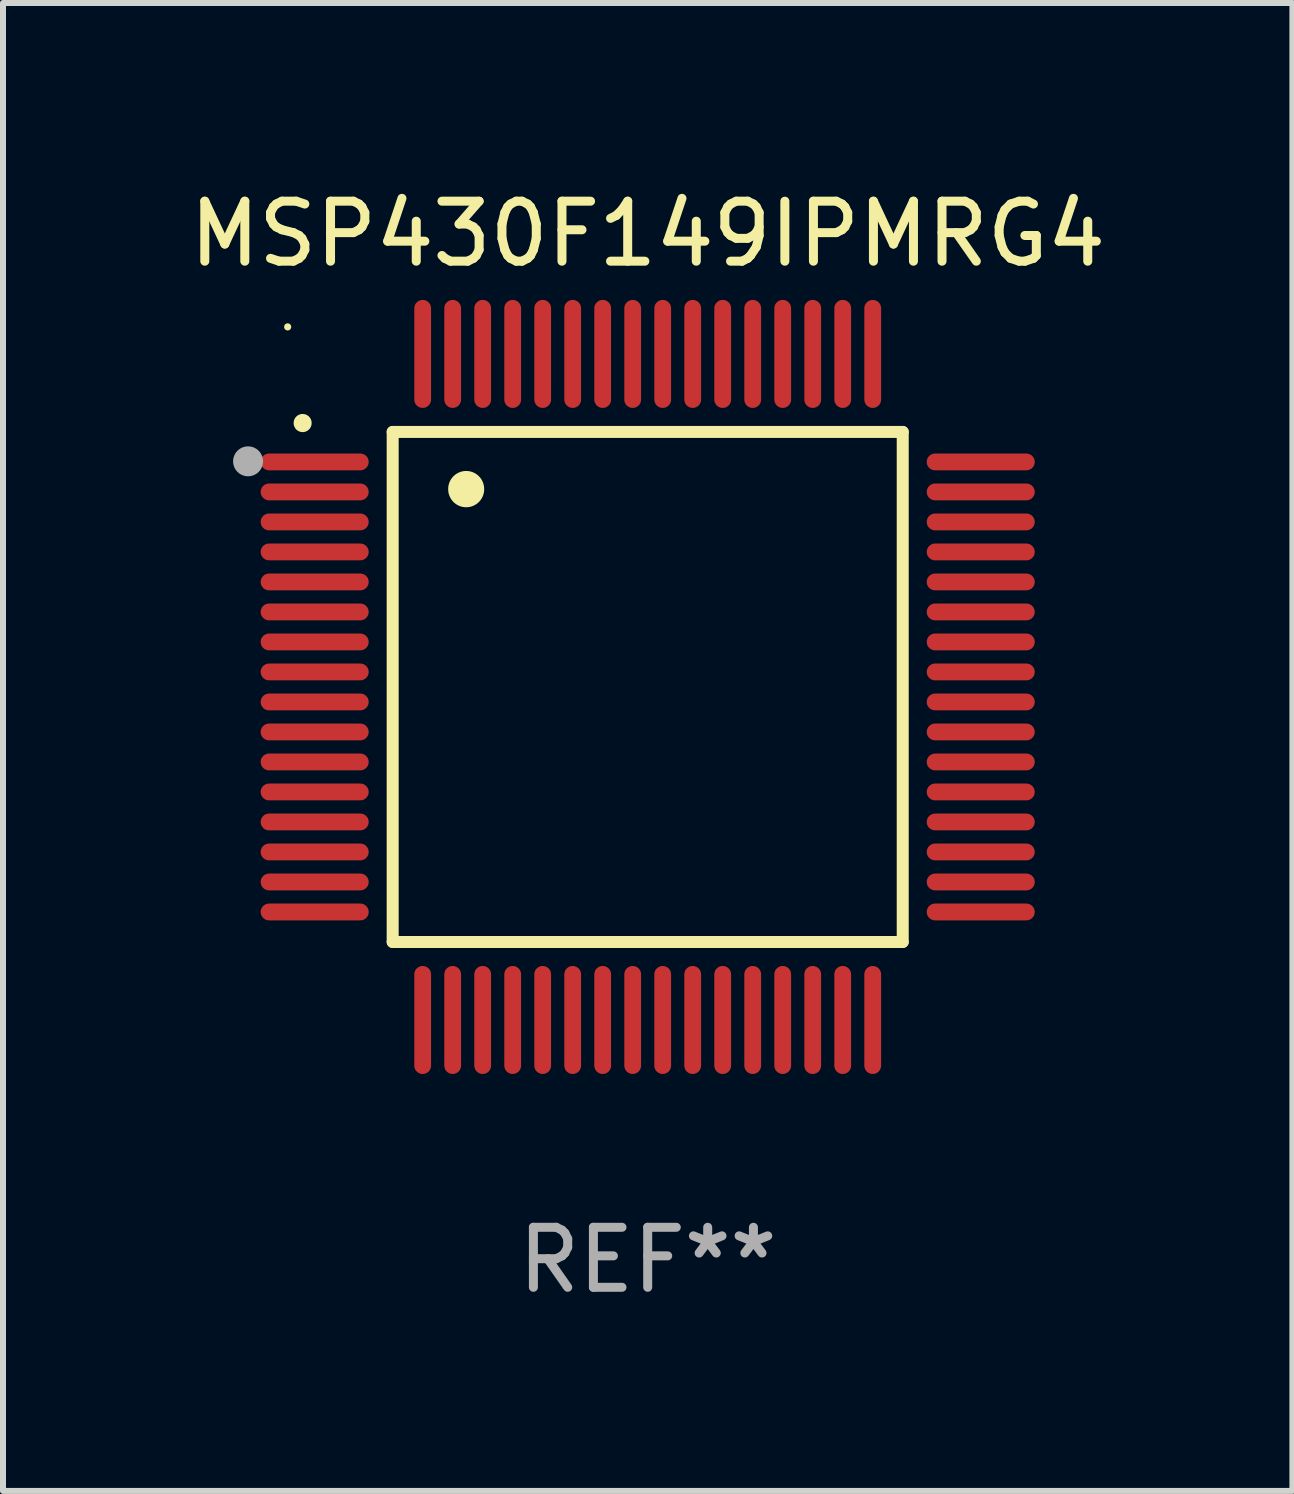
<source format=kicad_pcb>
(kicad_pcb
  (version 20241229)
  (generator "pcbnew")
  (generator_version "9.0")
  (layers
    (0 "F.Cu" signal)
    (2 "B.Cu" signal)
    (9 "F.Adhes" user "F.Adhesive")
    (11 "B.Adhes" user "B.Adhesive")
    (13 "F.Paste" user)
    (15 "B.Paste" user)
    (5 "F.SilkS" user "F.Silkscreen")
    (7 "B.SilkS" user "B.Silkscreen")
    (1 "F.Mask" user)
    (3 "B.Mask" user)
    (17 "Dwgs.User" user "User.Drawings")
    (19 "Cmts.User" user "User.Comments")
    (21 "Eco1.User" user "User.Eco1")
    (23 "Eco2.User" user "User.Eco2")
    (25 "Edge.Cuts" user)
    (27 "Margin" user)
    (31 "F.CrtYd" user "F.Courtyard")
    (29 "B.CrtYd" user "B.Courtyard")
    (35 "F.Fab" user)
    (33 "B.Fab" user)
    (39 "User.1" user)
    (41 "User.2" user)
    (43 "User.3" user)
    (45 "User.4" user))
  (footprint "MSP430F149IPMRG4"
    (layer "F.Cu")
    (at 7.744 8.398)
    (property "Reference" "MSP430F149IPMRG4" (at 0 -7.55 0) (layer "F.SilkS") (effects (font (size 1 1) (thickness 0.15))))
    (attr through_hole)
    (fp_line (start -4.25 -4.25) (end -4.25 4.25) (stroke (width 0.2) (type solid)) (layer "F.SilkS"))
    (fp_line (start -4.25 4.25) (end 4.25 4.25) (stroke (width 0.2) (type solid)) (layer "F.SilkS"))
    (fp_line (start 4.25 -4.25) (end -4.25 -4.25) (stroke (width 0.2) (type solid)) (layer "F.SilkS"))
    (fp_line (start 4.25 4.25) (end 4.25 -4.25) (stroke (width 0.2) (type solid)) (layer "F.SilkS"))
    (fp_arc (start -5.750572 -4.396749) (mid -5.750577 -4.398019) (end -5.750572 -4.399289) (stroke (width 0.3) (type solid)) (layer "F.SilkS"))
    (fp_arc (start -3.025146 -3.294387) (mid -3.025157 -3.296927) (end -3.025146 -3.299467) (stroke (width 0.6) (type solid)) (layer "F.SilkS"))
    (fp_circle (center -6 -6) (end -5.97 -6) (stroke (width 0.06) (type solid)) (fill no) (layer "F.SilkS"))
    (fp_circle (center -6.66 -3.76) (end -6.535 -3.76) (stroke (width 0.25) (type solid)) (fill no) (layer "F.Fab"))
    (fp_text user "REF**" (at 0 9.55 0) (layer "F.Fab") (effects (font (size 1 1) (thickness 0.15))))
    (pad "1" smd oval (at -5.55 -3.75) (size 1.8 0.28) (layers "F.Cu" "F.Mask" "F.Paste"))
    (pad "2" smd oval (at -5.55 -3.25) (size 1.8 0.28) (layers "F.Cu" "F.Mask" "F.Paste"))
    (pad "3" smd oval (at -5.55 -2.75) (size 1.8 0.28) (layers "F.Cu" "F.Mask" "F.Paste"))
    (pad "4" smd oval (at -5.55 -2.25) (size 1.8 0.28) (layers "F.Cu" "F.Mask" "F.Paste"))
    (pad "5" smd oval (at -5.55 -1.75) (size 1.8 0.28) (layers "F.Cu" "F.Mask" "F.Paste"))
    (pad "6" smd oval (at -5.55 -1.25) (size 1.8 0.28) (layers "F.Cu" "F.Mask" "F.Paste"))
    (pad "7" smd oval (at -5.55 -0.75) (size 1.8 0.28) (layers "F.Cu" "F.Mask" "F.Paste"))
    (pad "8" smd oval (at -5.55 -0.25) (size 1.8 0.28) (layers "F.Cu" "F.Mask" "F.Paste"))
    (pad "9" smd oval (at -5.55 0.25) (size 1.8 0.28) (layers "F.Cu" "F.Mask" "F.Paste"))
    (pad "10" smd oval (at -5.55 0.75) (size 1.8 0.28) (layers "F.Cu" "F.Mask" "F.Paste"))
    (pad "11" smd oval (at -5.55 1.25) (size 1.8 0.28) (layers "F.Cu" "F.Mask" "F.Paste"))
    (pad "12" smd oval (at -5.55 1.75) (size 1.8 0.28) (layers "F.Cu" "F.Mask" "F.Paste"))
    (pad "13" smd oval (at -5.55 2.25) (size 1.8 0.28) (layers "F.Cu" "F.Mask" "F.Paste"))
    (pad "14" smd oval (at -5.55 2.75) (size 1.8 0.28) (layers "F.Cu" "F.Mask" "F.Paste"))
    (pad "15" smd oval (at -5.55 3.25) (size 1.8 0.28) (layers "F.Cu" "F.Mask" "F.Paste"))
    (pad "16" smd oval (at -5.55 3.75) (size 1.8 0.28) (layers "F.Cu" "F.Mask" "F.Paste"))
    (pad "17" smd oval (at -3.75 5.55) (size 0.28 1.8) (layers "F.Cu" "F.Mask" "F.Paste"))
    (pad "18" smd oval (at -3.25 5.55) (size 0.28 1.8) (layers "F.Cu" "F.Mask" "F.Paste"))
    (pad "19" smd oval (at -2.75 5.55) (size 0.28 1.8) (layers "F.Cu" "F.Mask" "F.Paste"))
    (pad "20" smd oval (at -2.25 5.55) (size 0.28 1.8) (layers "F.Cu" "F.Mask" "F.Paste"))
    (pad "21" smd oval (at -1.75 5.55) (size 0.28 1.8) (layers "F.Cu" "F.Mask" "F.Paste"))
    (pad "22" smd oval (at -1.25 5.55) (size 0.28 1.8) (layers "F.Cu" "F.Mask" "F.Paste"))
    (pad "23" smd oval (at -0.75 5.55) (size 0.28 1.8) (layers "F.Cu" "F.Mask" "F.Paste"))
    (pad "24" smd oval (at -0.25 5.55) (size 0.28 1.8) (layers "F.Cu" "F.Mask" "F.Paste"))
    (pad "25" smd oval (at 0.25 5.55) (size 0.28 1.8) (layers "F.Cu" "F.Mask" "F.Paste"))
    (pad "26" smd oval (at 0.75 5.55) (size 0.28 1.8) (layers "F.Cu" "F.Mask" "F.Paste"))
    (pad "27" smd oval (at 1.25 5.55) (size 0.28 1.8) (layers "F.Cu" "F.Mask" "F.Paste"))
    (pad "28" smd oval (at 1.75 5.55) (size 0.28 1.8) (layers "F.Cu" "F.Mask" "F.Paste"))
    (pad "29" smd oval (at 2.25 5.55) (size 0.28 1.8) (layers "F.Cu" "F.Mask" "F.Paste"))
    (pad "30" smd oval (at 2.75 5.55) (size 0.28 1.8) (layers "F.Cu" "F.Mask" "F.Paste"))
    (pad "31" smd oval (at 3.25 5.55) (size 0.28 1.8) (layers "F.Cu" "F.Mask" "F.Paste"))
    (pad "32" smd oval (at 3.75 5.55) (size 0.28 1.8) (layers "F.Cu" "F.Mask" "F.Paste"))
    (pad "33" smd oval (at 5.55 3.75) (size 1.8 0.28) (layers "F.Cu" "F.Mask" "F.Paste"))
    (pad "34" smd oval (at 5.55 3.25) (size 1.8 0.28) (layers "F.Cu" "F.Mask" "F.Paste"))
    (pad "35" smd oval (at 5.55 2.75) (size 1.8 0.28) (layers "F.Cu" "F.Mask" "F.Paste"))
    (pad "36" smd oval (at 5.55 2.25) (size 1.8 0.28) (layers "F.Cu" "F.Mask" "F.Paste"))
    (pad "37" smd oval (at 5.55 1.75) (size 1.8 0.28) (layers "F.Cu" "F.Mask" "F.Paste"))
    (pad "38" smd oval (at 5.55 1.25) (size 1.8 0.28) (layers "F.Cu" "F.Mask" "F.Paste"))
    (pad "39" smd oval (at 5.55 0.75) (size 1.8 0.28) (layers "F.Cu" "F.Mask" "F.Paste"))
    (pad "40" smd oval (at 5.55 0.25) (size 1.8 0.28) (layers "F.Cu" "F.Mask" "F.Paste"))
    (pad "41" smd oval (at 5.55 -0.25) (size 1.8 0.28) (layers "F.Cu" "F.Mask" "F.Paste"))
    (pad "42" smd oval (at 5.55 -0.75) (size 1.8 0.28) (layers "F.Cu" "F.Mask" "F.Paste"))
    (pad "43" smd oval (at 5.55 -1.25) (size 1.8 0.28) (layers "F.Cu" "F.Mask" "F.Paste"))
    (pad "44" smd oval (at 5.55 -1.75) (size 1.8 0.28) (layers "F.Cu" "F.Mask" "F.Paste"))
    (pad "45" smd oval (at 5.55 -2.25) (size 1.8 0.28) (layers "F.Cu" "F.Mask" "F.Paste"))
    (pad "46" smd oval (at 5.55 -2.75) (size 1.8 0.28) (layers "F.Cu" "F.Mask" "F.Paste"))
    (pad "47" smd oval (at 5.55 -3.25) (size 1.8 0.28) (layers "F.Cu" "F.Mask" "F.Paste"))
    (pad "48" smd oval (at 5.55 -3.75) (size 1.8 0.28) (layers "F.Cu" "F.Mask" "F.Paste"))
    (pad "49" smd oval (at 3.75 -5.55) (size 0.28 1.8) (layers "F.Cu" "F.Mask" "F.Paste"))
    (pad "50" smd oval (at 3.25 -5.55) (size 0.28 1.8) (layers "F.Cu" "F.Mask" "F.Paste"))
    (pad "51" smd oval (at 2.75 -5.55) (size 0.28 1.8) (layers "F.Cu" "F.Mask" "F.Paste"))
    (pad "52" smd oval (at 2.25 -5.55) (size 0.28 1.8) (layers "F.Cu" "F.Mask" "F.Paste"))
    (pad "53" smd oval (at 1.75 -5.55) (size 0.28 1.8) (layers "F.Cu" "F.Mask" "F.Paste"))
    (pad "54" smd oval (at 1.25 -5.55) (size 0.28 1.8) (layers "F.Cu" "F.Mask" "F.Paste"))
    (pad "55" smd oval (at 0.75 -5.55) (size 0.28 1.8) (layers "F.Cu" "F.Mask" "F.Paste"))
    (pad "56" smd oval (at 0.25 -5.55) (size 0.28 1.8) (layers "F.Cu" "F.Mask" "F.Paste"))
    (pad "57" smd oval (at -0.25 -5.55) (size 0.28 1.8) (layers "F.Cu" "F.Mask" "F.Paste"))
    (pad "58" smd oval (at -0.75 -5.55) (size 0.28 1.8) (layers "F.Cu" "F.Mask" "F.Paste"))
    (pad "59" smd oval (at -1.25 -5.55) (size 0.28 1.8) (layers "F.Cu" "F.Mask" "F.Paste"))
    (pad "60" smd oval (at -1.75 -5.55) (size 0.28 1.8) (layers "F.Cu" "F.Mask" "F.Paste"))
    (pad "61" smd oval (at -2.25 -5.55) (size 0.28 1.8) (layers "F.Cu" "F.Mask" "F.Paste"))
    (pad "62" smd oval (at -2.75 -5.55) (size 0.28 1.8) (layers "F.Cu" "F.Mask" "F.Paste"))
    (pad "63" smd oval (at -3.25 -5.55) (size 0.28 1.8) (layers "F.Cu" "F.Mask" "F.Paste"))
    (pad "64" smd oval (at -3.75 -5.55) (size 0.28 1.8) (layers "F.Cu" "F.Mask" "F.Paste")))
  (gr_rect
    (start -3 -3)
    (end 18.488 21.796)
    (stroke (width 0.1) (type default))
    (fill no)
    (layer "Edge.Cuts")))
</source>
